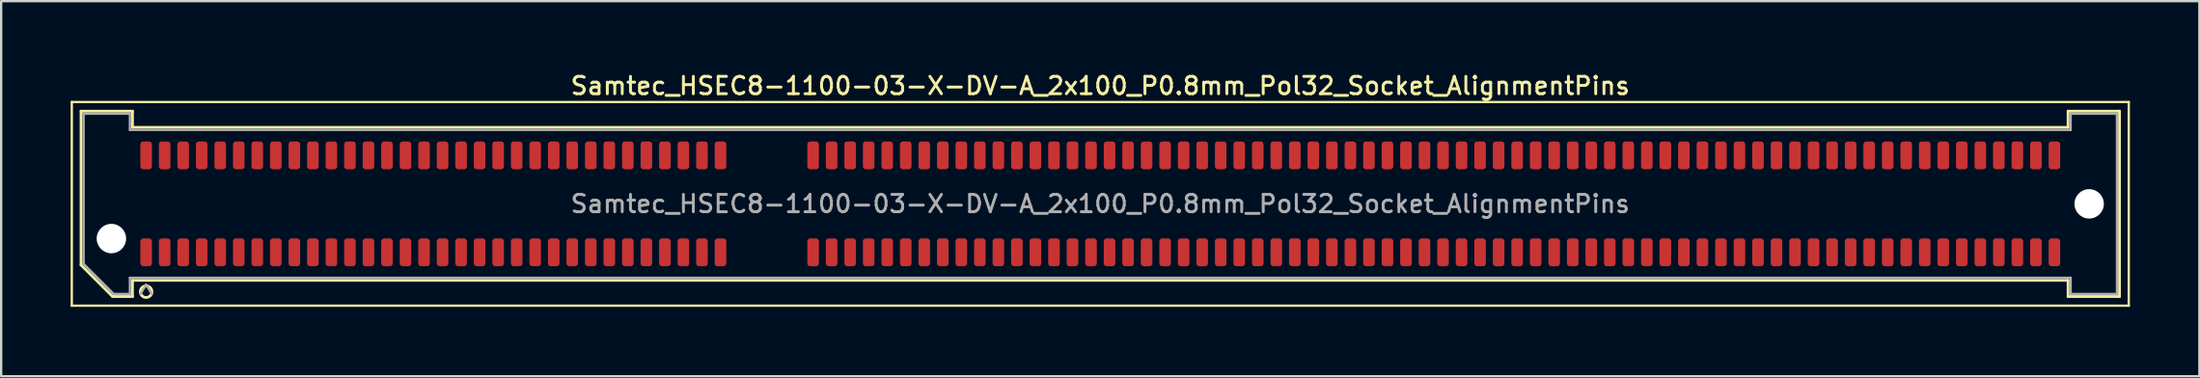
<source format=kicad_pcb>
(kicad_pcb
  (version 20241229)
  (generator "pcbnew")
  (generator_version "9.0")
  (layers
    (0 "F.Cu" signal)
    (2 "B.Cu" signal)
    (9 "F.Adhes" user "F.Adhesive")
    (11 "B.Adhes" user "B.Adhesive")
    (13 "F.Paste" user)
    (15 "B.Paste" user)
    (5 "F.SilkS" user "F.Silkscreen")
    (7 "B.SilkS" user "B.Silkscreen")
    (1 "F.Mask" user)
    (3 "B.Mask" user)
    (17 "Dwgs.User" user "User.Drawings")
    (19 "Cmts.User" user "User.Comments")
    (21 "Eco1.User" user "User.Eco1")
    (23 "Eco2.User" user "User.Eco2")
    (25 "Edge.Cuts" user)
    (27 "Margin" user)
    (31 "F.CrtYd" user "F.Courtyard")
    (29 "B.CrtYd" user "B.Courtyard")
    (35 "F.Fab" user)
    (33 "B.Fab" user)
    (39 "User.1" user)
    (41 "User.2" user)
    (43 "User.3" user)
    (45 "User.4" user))
  (footprint "Samtec_HSEC8-1100-03-X-DV-A_2x100_P0.8mm_Pol32_Socket_AlignmentPins"
    (layer "F.Cu")
    (at 44.46 5.758)
    (property "Reference" "Samtec_HSEC8-1100-03-X-DV-A_2x100_P0.8mm_Pol32_Socket_AlignmentPins" (at 0 -5.1 0) (layer "F.SilkS") (effects (font (size 0.75 0.75) (thickness 0.125))))
    (attr smd)
    (fp_line (start -44.41 -4.4) (end -44.41 4.4) (stroke (width 0.1) (type solid)) (layer "F.SilkS"))
    (fp_line (start -44.41 4.4) (end 44.41 4.4) (stroke (width 0.1) (type solid)) (layer "F.SilkS"))
    (fp_line (start -44.01 -4.005) (end -41.79 -4.005) (stroke (width 0.12) (type solid)) (layer "F.SilkS"))
    (fp_line (start -44.01 2.641) (end -44.01 -4.005) (stroke (width 0.12) (type solid)) (layer "F.SilkS"))
    (fp_line (start -42.646 4.005) (end -44.01 2.641) (stroke (width 0.12) (type solid)) (layer "F.SilkS"))
    (fp_line (start -41.79 -4.005) (end -41.79 -3.305) (stroke (width 0.12) (type solid)) (layer "F.SilkS"))
    (fp_line (start -41.79 -3.305) (end 41.79 -3.305) (stroke (width 0.12) (type solid)) (layer "F.SilkS"))
    (fp_line (start -41.79 3.305) (end -41.79 4.005) (stroke (width 0.12) (type solid)) (layer "F.SilkS"))
    (fp_line (start -41.79 4.005) (end -42.646 4.005) (stroke (width 0.12) (type solid)) (layer "F.SilkS"))
    (fp_line (start 41.79 -4.005) (end 44.01 -4.005) (stroke (width 0.12) (type solid)) (layer "F.SilkS"))
    (fp_line (start 41.79 -3.305) (end 41.79 -4.005) (stroke (width 0.12) (type solid)) (layer "F.SilkS"))
    (fp_line (start 41.79 3.305) (end -41.79 3.305) (stroke (width 0.12) (type solid)) (layer "F.SilkS"))
    (fp_line (start 41.79 4.005) (end 41.79 3.305) (stroke (width 0.12) (type solid)) (layer "F.SilkS"))
    (fp_line (start 44.01 -4.005) (end 44.01 4.005) (stroke (width 0.12) (type solid)) (layer "F.SilkS"))
    (fp_line (start 44.01 4.005) (end 41.79 4.005) (stroke (width 0.12) (type solid)) (layer "F.SilkS"))
    (fp_line (start 44.41 -4.4) (end -44.41 -4.4) (stroke (width 0.1) (type solid)) (layer "F.SilkS"))
    (fp_line (start 44.41 4.4) (end 44.41 -4.4) (stroke (width 0.1) (type solid)) (layer "F.SilkS"))
    (fp_arc (start -40.95 3.795) (mid -41.45 3.795) (end -40.95 3.795) (stroke (width 0.12) (type solid)) (layer "F.SilkS"))
    (fp_line (start -43.9 -3.895) (end -41.9 -3.895) (stroke (width 0.1) (type solid)) (layer "F.Fab"))
    (fp_line (start -43.9 2.595) (end -43.9 -3.895) (stroke (width 0.1) (type solid)) (layer "F.Fab"))
    (fp_line (start -42.6 3.895) (end -43.9 2.595) (stroke (width 0.1) (type solid)) (layer "F.Fab"))
    (fp_line (start -41.9 -3.895) (end -41.9 -3.195) (stroke (width 0.1) (type solid)) (layer "F.Fab"))
    (fp_line (start -41.9 -3.195) (end 41.9 -3.195) (stroke (width 0.1) (type solid)) (layer "F.Fab"))
    (fp_line (start -41.9 3.195) (end -41.9 3.895) (stroke (width 0.1) (type solid)) (layer "F.Fab"))
    (fp_line (start -41.9 3.895) (end -42.6 3.895) (stroke (width 0.1) (type solid)) (layer "F.Fab"))
    (fp_line (start -41.2 3.495) (end -41.45 3.895) (stroke (width 0.1) (type solid)) (layer "F.Fab"))
    (fp_line (start -41.2 3.495) (end -40.95 3.895) (stroke (width 0.1) (type solid)) (layer "F.Fab"))
    (fp_line (start 41.9 -3.895) (end 43.9 -3.895) (stroke (width 0.1) (type solid)) (layer "F.Fab"))
    (fp_line (start 41.9 -3.195) (end 41.9 -3.895) (stroke (width 0.1) (type solid)) (layer "F.Fab"))
    (fp_line (start 41.9 3.195) (end -41.9 3.195) (stroke (width 0.1) (type solid)) (layer "F.Fab"))
    (fp_line (start 41.9 3.895) (end 41.9 3.195) (stroke (width 0.1) (type solid)) (layer "F.Fab"))
    (fp_line (start 43.9 -3.895) (end 43.9 3.895) (stroke (width 0.1) (type solid)) (layer "F.Fab"))
    (fp_line (start 43.9 3.895) (end 41.9 3.895) (stroke (width 0.1) (type solid)) (layer "F.Fab"))
    (fp_text user "${REFERENCE}" (at 0 0 0) (layer "F.Fab") (effects (font (size 0.75 0.75) (thickness 0.125))))
    (pad "" np_thru_hole circle (at -42.7 1.5) (size 1.27 1.27) (drill 1.27) (layers "*.Cu" "*.Mask"))
    (pad "" np_thru_hole circle (at 42.7 0) (size 1.27 1.27) (drill 1.27) (layers "*.Cu" "*.Mask"))
    (pad "1" smd roundrect (at -41.2 2.095) (size 0.5 1.2) (layers "F.Cu" "F.Mask" "F.Paste") (roundrect_rratio 0.25))
    (pad "2" smd roundrect (at -41.2 -2.095) (size 0.5 1.2) (layers "F.Cu" "F.Mask" "F.Paste") (roundrect_rratio 0.25))
    (pad "3" smd roundrect (at -40.4 2.095) (size 0.5 1.2) (layers "F.Cu" "F.Mask" "F.Paste") (roundrect_rratio 0.25))
    (pad "4" smd roundrect (at -40.4 -2.095) (size 0.5 1.2) (layers "F.Cu" "F.Mask" "F.Paste") (roundrect_rratio 0.25))
    (pad "5" smd roundrect (at -39.6 2.095) (size 0.5 1.2) (layers "F.Cu" "F.Mask" "F.Paste") (roundrect_rratio 0.25))
    (pad "6" smd roundrect (at -39.6 -2.095) (size 0.5 1.2) (layers "F.Cu" "F.Mask" "F.Paste") (roundrect_rratio 0.25))
    (pad "7" smd roundrect (at -38.8 2.095) (size 0.5 1.2) (layers "F.Cu" "F.Mask" "F.Paste") (roundrect_rratio 0.25))
    (pad "8" smd roundrect (at -38.8 -2.095) (size 0.5 1.2) (layers "F.Cu" "F.Mask" "F.Paste") (roundrect_rratio 0.25))
    (pad "9" smd roundrect (at -38 2.095) (size 0.5 1.2) (layers "F.Cu" "F.Mask" "F.Paste") (roundrect_rratio 0.25))
    (pad "10" smd roundrect (at -38 -2.095) (size 0.5 1.2) (layers "F.Cu" "F.Mask" "F.Paste") (roundrect_rratio 0.25))
    (pad "11" smd roundrect (at -37.2 2.095) (size 0.5 1.2) (layers "F.Cu" "F.Mask" "F.Paste") (roundrect_rratio 0.25))
    (pad "12" smd roundrect (at -37.2 -2.095) (size 0.5 1.2) (layers "F.Cu" "F.Mask" "F.Paste") (roundrect_rratio 0.25))
    (pad "13" smd roundrect (at -36.4 2.095) (size 0.5 1.2) (layers "F.Cu" "F.Mask" "F.Paste") (roundrect_rratio 0.25))
    (pad "14" smd roundrect (at -36.4 -2.095) (size 0.5 1.2) (layers "F.Cu" "F.Mask" "F.Paste") (roundrect_rratio 0.25))
    (pad "15" smd roundrect (at -35.6 2.095) (size 0.5 1.2) (layers "F.Cu" "F.Mask" "F.Paste") (roundrect_rratio 0.25))
    (pad "16" smd roundrect (at -35.6 -2.095) (size 0.5 1.2) (layers "F.Cu" "F.Mask" "F.Paste") (roundrect_rratio 0.25))
    (pad "17" smd roundrect (at -34.8 2.095) (size 0.5 1.2) (layers "F.Cu" "F.Mask" "F.Paste") (roundrect_rratio 0.25))
    (pad "18" smd roundrect (at -34.8 -2.095) (size 0.5 1.2) (layers "F.Cu" "F.Mask" "F.Paste") (roundrect_rratio 0.25))
    (pad "19" smd roundrect (at -34 2.095) (size 0.5 1.2) (layers "F.Cu" "F.Mask" "F.Paste") (roundrect_rratio 0.25))
    (pad "20" smd roundrect (at -34 -2.095) (size 0.5 1.2) (layers "F.Cu" "F.Mask" "F.Paste") (roundrect_rratio 0.25))
    (pad "21" smd roundrect (at -33.2 2.095) (size 0.5 1.2) (layers "F.Cu" "F.Mask" "F.Paste") (roundrect_rratio 0.25))
    (pad "22" smd roundrect (at -33.2 -2.095) (size 0.5 1.2) (layers "F.Cu" "F.Mask" "F.Paste") (roundrect_rratio 0.25))
    (pad "23" smd roundrect (at -32.4 2.095) (size 0.5 1.2) (layers "F.Cu" "F.Mask" "F.Paste") (roundrect_rratio 0.25))
    (pad "24" smd roundrect (at -32.4 -2.095) (size 0.5 1.2) (layers "F.Cu" "F.Mask" "F.Paste") (roundrect_rratio 0.25))
    (pad "25" smd roundrect (at -31.6 2.095) (size 0.5 1.2) (layers "F.Cu" "F.Mask" "F.Paste") (roundrect_rratio 0.25))
    (pad "26" smd roundrect (at -31.6 -2.095) (size 0.5 1.2) (layers "F.Cu" "F.Mask" "F.Paste") (roundrect_rratio 0.25))
    (pad "27" smd roundrect (at -30.8 2.095) (size 0.5 1.2) (layers "F.Cu" "F.Mask" "F.Paste") (roundrect_rratio 0.25))
    (pad "28" smd roundrect (at -30.8 -2.095) (size 0.5 1.2) (layers "F.Cu" "F.Mask" "F.Paste") (roundrect_rratio 0.25))
    (pad "29" smd roundrect (at -30 2.095) (size 0.5 1.2) (layers "F.Cu" "F.Mask" "F.Paste") (roundrect_rratio 0.25))
    (pad "30" smd roundrect (at -30 -2.095) (size 0.5 1.2) (layers "F.Cu" "F.Mask" "F.Paste") (roundrect_rratio 0.25))
    (pad "31" smd roundrect (at -29.2 2.095) (size 0.5 1.2) (layers "F.Cu" "F.Mask" "F.Paste") (roundrect_rratio 0.25))
    (pad "32" smd roundrect (at -29.2 -2.095) (size 0.5 1.2) (layers "F.Cu" "F.Mask" "F.Paste") (roundrect_rratio 0.25))
    (pad "33" smd roundrect (at -28.4 2.095) (size 0.5 1.2) (layers "F.Cu" "F.Mask" "F.Paste") (roundrect_rratio 0.25))
    (pad "34" smd roundrect (at -28.4 -2.095) (size 0.5 1.2) (layers "F.Cu" "F.Mask" "F.Paste") (roundrect_rratio 0.25))
    (pad "35" smd roundrect (at -27.6 2.095) (size 0.5 1.2) (layers "F.Cu" "F.Mask" "F.Paste") (roundrect_rratio 0.25))
    (pad "36" smd roundrect (at -27.6 -2.095) (size 0.5 1.2) (layers "F.Cu" "F.Mask" "F.Paste") (roundrect_rratio 0.25))
    (pad "37" smd roundrect (at -26.8 2.095) (size 0.5 1.2) (layers "F.Cu" "F.Mask" "F.Paste") (roundrect_rratio 0.25))
    (pad "38" smd roundrect (at -26.8 -2.095) (size 0.5 1.2) (layers "F.Cu" "F.Mask" "F.Paste") (roundrect_rratio 0.25))
    (pad "39" smd roundrect (at -26 2.095) (size 0.5 1.2) (layers "F.Cu" "F.Mask" "F.Paste") (roundrect_rratio 0.25))
    (pad "40" smd roundrect (at -26 -2.095) (size 0.5 1.2) (layers "F.Cu" "F.Mask" "F.Paste") (roundrect_rratio 0.25))
    (pad "41" smd roundrect (at -25.2 2.095) (size 0.5 1.2) (layers "F.Cu" "F.Mask" "F.Paste") (roundrect_rratio 0.25))
    (pad "42" smd roundrect (at -25.2 -2.095) (size 0.5 1.2) (layers "F.Cu" "F.Mask" "F.Paste") (roundrect_rratio 0.25))
    (pad "43" smd roundrect (at -24.4 2.095) (size 0.5 1.2) (layers "F.Cu" "F.Mask" "F.Paste") (roundrect_rratio 0.25))
    (pad "44" smd roundrect (at -24.4 -2.095) (size 0.5 1.2) (layers "F.Cu" "F.Mask" "F.Paste") (roundrect_rratio 0.25))
    (pad "45" smd roundrect (at -23.6 2.095) (size 0.5 1.2) (layers "F.Cu" "F.Mask" "F.Paste") (roundrect_rratio 0.25))
    (pad "46" smd roundrect (at -23.6 -2.095) (size 0.5 1.2) (layers "F.Cu" "F.Mask" "F.Paste") (roundrect_rratio 0.25))
    (pad "47" smd roundrect (at -22.8 2.095) (size 0.5 1.2) (layers "F.Cu" "F.Mask" "F.Paste") (roundrect_rratio 0.25))
    (pad "48" smd roundrect (at -22.8 -2.095) (size 0.5 1.2) (layers "F.Cu" "F.Mask" "F.Paste") (roundrect_rratio 0.25))
    (pad "49" smd roundrect (at -22 2.095) (size 0.5 1.2) (layers "F.Cu" "F.Mask" "F.Paste") (roundrect_rratio 0.25))
    (pad "50" smd roundrect (at -22 -2.095) (size 0.5 1.2) (layers "F.Cu" "F.Mask" "F.Paste") (roundrect_rratio 0.25))
    (pad "51" smd roundrect (at -21.2 2.095) (size 0.5 1.2) (layers "F.Cu" "F.Mask" "F.Paste") (roundrect_rratio 0.25))
    (pad "52" smd roundrect (at -21.2 -2.095) (size 0.5 1.2) (layers "F.Cu" "F.Mask" "F.Paste") (roundrect_rratio 0.25))
    (pad "53" smd roundrect (at -20.4 2.095) (size 0.5 1.2) (layers "F.Cu" "F.Mask" "F.Paste") (roundrect_rratio 0.25))
    (pad "54" smd roundrect (at -20.4 -2.095) (size 0.5 1.2) (layers "F.Cu" "F.Mask" "F.Paste") (roundrect_rratio 0.25))
    (pad "55" smd roundrect (at -19.6 2.095) (size 0.5 1.2) (layers "F.Cu" "F.Mask" "F.Paste") (roundrect_rratio 0.25))
    (pad "56" smd roundrect (at -19.6 -2.095) (size 0.5 1.2) (layers "F.Cu" "F.Mask" "F.Paste") (roundrect_rratio 0.25))
    (pad "57" smd roundrect (at -18.8 2.095) (size 0.5 1.2) (layers "F.Cu" "F.Mask" "F.Paste") (roundrect_rratio 0.25))
    (pad "58" smd roundrect (at -18.8 -2.095) (size 0.5 1.2) (layers "F.Cu" "F.Mask" "F.Paste") (roundrect_rratio 0.25))
    (pad "59" smd roundrect (at -18 2.095) (size 0.5 1.2) (layers "F.Cu" "F.Mask" "F.Paste") (roundrect_rratio 0.25))
    (pad "60" smd roundrect (at -18 -2.095) (size 0.5 1.2) (layers "F.Cu" "F.Mask" "F.Paste") (roundrect_rratio 0.25))
    (pad "61" smd roundrect (at -17.2 2.095) (size 0.5 1.2) (layers "F.Cu" "F.Mask" "F.Paste") (roundrect_rratio 0.25))
    (pad "62" smd roundrect (at -17.2 -2.095) (size 0.5 1.2) (layers "F.Cu" "F.Mask" "F.Paste") (roundrect_rratio 0.25))
    (pad "63" smd roundrect (at -16.4 2.095) (size 0.5 1.2) (layers "F.Cu" "F.Mask" "F.Paste") (roundrect_rratio 0.25))
    (pad "64" smd roundrect (at -16.4 -2.095) (size 0.5 1.2) (layers "F.Cu" "F.Mask" "F.Paste") (roundrect_rratio 0.25))
    (pad "65" smd roundrect (at -12.4 2.095) (size 0.5 1.2) (layers "F.Cu" "F.Mask" "F.Paste") (roundrect_rratio 0.25))
    (pad "66" smd roundrect (at -12.4 -2.095) (size 0.5 1.2) (layers "F.Cu" "F.Mask" "F.Paste") (roundrect_rratio 0.25))
    (pad "67" smd roundrect (at -11.6 2.095) (size 0.5 1.2) (layers "F.Cu" "F.Mask" "F.Paste") (roundrect_rratio 0.25))
    (pad "68" smd roundrect (at -11.6 -2.095) (size 0.5 1.2) (layers "F.Cu" "F.Mask" "F.Paste") (roundrect_rratio 0.25))
    (pad "69" smd roundrect (at -10.8 2.095) (size 0.5 1.2) (layers "F.Cu" "F.Mask" "F.Paste") (roundrect_rratio 0.25))
    (pad "70" smd roundrect (at -10.8 -2.095) (size 0.5 1.2) (layers "F.Cu" "F.Mask" "F.Paste") (roundrect_rratio 0.25))
    (pad "71" smd roundrect (at -10 2.095) (size 0.5 1.2) (layers "F.Cu" "F.Mask" "F.Paste") (roundrect_rratio 0.25))
    (pad "72" smd roundrect (at -10 -2.095) (size 0.5 1.2) (layers "F.Cu" "F.Mask" "F.Paste") (roundrect_rratio 0.25))
    (pad "73" smd roundrect (at -9.2 2.095) (size 0.5 1.2) (layers "F.Cu" "F.Mask" "F.Paste") (roundrect_rratio 0.25))
    (pad "74" smd roundrect (at -9.2 -2.095) (size 0.5 1.2) (layers "F.Cu" "F.Mask" "F.Paste") (roundrect_rratio 0.25))
    (pad "75" smd roundrect (at -8.4 2.095) (size 0.5 1.2) (layers "F.Cu" "F.Mask" "F.Paste") (roundrect_rratio 0.25))
    (pad "76" smd roundrect (at -8.4 -2.095) (size 0.5 1.2) (layers "F.Cu" "F.Mask" "F.Paste") (roundrect_rratio 0.25))
    (pad "77" smd roundrect (at -7.6 2.095) (size 0.5 1.2) (layers "F.Cu" "F.Mask" "F.Paste") (roundrect_rratio 0.25))
    (pad "78" smd roundrect (at -7.6 -2.095) (size 0.5 1.2) (layers "F.Cu" "F.Mask" "F.Paste") (roundrect_rratio 0.25))
    (pad "79" smd roundrect (at -6.8 2.095) (size 0.5 1.2) (layers "F.Cu" "F.Mask" "F.Paste") (roundrect_rratio 0.25))
    (pad "80" smd roundrect (at -6.8 -2.095) (size 0.5 1.2) (layers "F.Cu" "F.Mask" "F.Paste") (roundrect_rratio 0.25))
    (pad "81" smd roundrect (at -6 2.095) (size 0.5 1.2) (layers "F.Cu" "F.Mask" "F.Paste") (roundrect_rratio 0.25))
    (pad "82" smd roundrect (at -6 -2.095) (size 0.5 1.2) (layers "F.Cu" "F.Mask" "F.Paste") (roundrect_rratio 0.25))
    (pad "83" smd roundrect (at -5.2 2.095) (size 0.5 1.2) (layers "F.Cu" "F.Mask" "F.Paste") (roundrect_rratio 0.25))
    (pad "84" smd roundrect (at -5.2 -2.095) (size 0.5 1.2) (layers "F.Cu" "F.Mask" "F.Paste") (roundrect_rratio 0.25))
    (pad "85" smd roundrect (at -4.4 2.095) (size 0.5 1.2) (layers "F.Cu" "F.Mask" "F.Paste") (roundrect_rratio 0.25))
    (pad "86" smd roundrect (at -4.4 -2.095) (size 0.5 1.2) (layers "F.Cu" "F.Mask" "F.Paste") (roundrect_rratio 0.25))
    (pad "87" smd roundrect (at -3.6 2.095) (size 0.5 1.2) (layers "F.Cu" "F.Mask" "F.Paste") (roundrect_rratio 0.25))
    (pad "88" smd roundrect (at -3.6 -2.095) (size 0.5 1.2) (layers "F.Cu" "F.Mask" "F.Paste") (roundrect_rratio 0.25))
    (pad "89" smd roundrect (at -2.8 2.095) (size 0.5 1.2) (layers "F.Cu" "F.Mask" "F.Paste") (roundrect_rratio 0.25))
    (pad "90" smd roundrect (at -2.8 -2.095) (size 0.5 1.2) (layers "F.Cu" "F.Mask" "F.Paste") (roundrect_rratio 0.25))
    (pad "91" smd roundrect (at -2 2.095) (size 0.5 1.2) (layers "F.Cu" "F.Mask" "F.Paste") (roundrect_rratio 0.25))
    (pad "92" smd roundrect (at -2 -2.095) (size 0.5 1.2) (layers "F.Cu" "F.Mask" "F.Paste") (roundrect_rratio 0.25))
    (pad "93" smd roundrect (at -1.2 2.095) (size 0.5 1.2) (layers "F.Cu" "F.Mask" "F.Paste") (roundrect_rratio 0.25))
    (pad "94" smd roundrect (at -1.2 -2.095) (size 0.5 1.2) (layers "F.Cu" "F.Mask" "F.Paste") (roundrect_rratio 0.25))
    (pad "95" smd roundrect (at -0.4 2.095) (size 0.5 1.2) (layers "F.Cu" "F.Mask" "F.Paste") (roundrect_rratio 0.25))
    (pad "96" smd roundrect (at -0.4 -2.095) (size 0.5 1.2) (layers "F.Cu" "F.Mask" "F.Paste") (roundrect_rratio 0.25))
    (pad "97" smd roundrect (at 0.4 2.095) (size 0.5 1.2) (layers "F.Cu" "F.Mask" "F.Paste") (roundrect_rratio 0.25))
    (pad "98" smd roundrect (at 0.4 -2.095) (size 0.5 1.2) (layers "F.Cu" "F.Mask" "F.Paste") (roundrect_rratio 0.25))
    (pad "99" smd roundrect (at 1.2 2.095) (size 0.5 1.2) (layers "F.Cu" "F.Mask" "F.Paste") (roundrect_rratio 0.25))
    (pad "100" smd roundrect (at 1.2 -2.095) (size 0.5 1.2) (layers "F.Cu" "F.Mask" "F.Paste") (roundrect_rratio 0.25))
    (pad "101" smd roundrect (at 2 2.095) (size 0.5 1.2) (layers "F.Cu" "F.Mask" "F.Paste") (roundrect_rratio 0.25))
    (pad "102" smd roundrect (at 2 -2.095) (size 0.5 1.2) (layers "F.Cu" "F.Mask" "F.Paste") (roundrect_rratio 0.25))
    (pad "103" smd roundrect (at 2.8 2.095) (size 0.5 1.2) (layers "F.Cu" "F.Mask" "F.Paste") (roundrect_rratio 0.25))
    (pad "104" smd roundrect (at 2.8 -2.095) (size 0.5 1.2) (layers "F.Cu" "F.Mask" "F.Paste") (roundrect_rratio 0.25))
    (pad "105" smd roundrect (at 3.6 2.095) (size 0.5 1.2) (layers "F.Cu" "F.Mask" "F.Paste") (roundrect_rratio 0.25))
    (pad "106" smd roundrect (at 3.6 -2.095) (size 0.5 1.2) (layers "F.Cu" "F.Mask" "F.Paste") (roundrect_rratio 0.25))
    (pad "107" smd roundrect (at 4.4 2.095) (size 0.5 1.2) (layers "F.Cu" "F.Mask" "F.Paste") (roundrect_rratio 0.25))
    (pad "108" smd roundrect (at 4.4 -2.095) (size 0.5 1.2) (layers "F.Cu" "F.Mask" "F.Paste") (roundrect_rratio 0.25))
    (pad "109" smd roundrect (at 5.2 2.095) (size 0.5 1.2) (layers "F.Cu" "F.Mask" "F.Paste") (roundrect_rratio 0.25))
    (pad "110" smd roundrect (at 5.2 -2.095) (size 0.5 1.2) (layers "F.Cu" "F.Mask" "F.Paste") (roundrect_rratio 0.25))
    (pad "111" smd roundrect (at 6 2.095) (size 0.5 1.2) (layers "F.Cu" "F.Mask" "F.Paste") (roundrect_rratio 0.25))
    (pad "112" smd roundrect (at 6 -2.095) (size 0.5 1.2) (layers "F.Cu" "F.Mask" "F.Paste") (roundrect_rratio 0.25))
    (pad "113" smd roundrect (at 6.8 2.095) (size 0.5 1.2) (layers "F.Cu" "F.Mask" "F.Paste") (roundrect_rratio 0.25))
    (pad "114" smd roundrect (at 6.8 -2.095) (size 0.5 1.2) (layers "F.Cu" "F.Mask" "F.Paste") (roundrect_rratio 0.25))
    (pad "115" smd roundrect (at 7.6 2.095) (size 0.5 1.2) (layers "F.Cu" "F.Mask" "F.Paste") (roundrect_rratio 0.25))
    (pad "116" smd roundrect (at 7.6 -2.095) (size 0.5 1.2) (layers "F.Cu" "F.Mask" "F.Paste") (roundrect_rratio 0.25))
    (pad "117" smd roundrect (at 8.4 2.095) (size 0.5 1.2) (layers "F.Cu" "F.Mask" "F.Paste") (roundrect_rratio 0.25))
    (pad "118" smd roundrect (at 8.4 -2.095) (size 0.5 1.2) (layers "F.Cu" "F.Mask" "F.Paste") (roundrect_rratio 0.25))
    (pad "119" smd roundrect (at 9.2 2.095) (size 0.5 1.2) (layers "F.Cu" "F.Mask" "F.Paste") (roundrect_rratio 0.25))
    (pad "120" smd roundrect (at 9.2 -2.095) (size 0.5 1.2) (layers "F.Cu" "F.Mask" "F.Paste") (roundrect_rratio 0.25))
    (pad "121" smd roundrect (at 10 2.095) (size 0.5 1.2) (layers "F.Cu" "F.Mask" "F.Paste") (roundrect_rratio 0.25))
    (pad "122" smd roundrect (at 10 -2.095) (size 0.5 1.2) (layers "F.Cu" "F.Mask" "F.Paste") (roundrect_rratio 0.25))
    (pad "123" smd roundrect (at 10.8 2.095) (size 0.5 1.2) (layers "F.Cu" "F.Mask" "F.Paste") (roundrect_rratio 0.25))
    (pad "124" smd roundrect (at 10.8 -2.095) (size 0.5 1.2) (layers "F.Cu" "F.Mask" "F.Paste") (roundrect_rratio 0.25))
    (pad "125" smd roundrect (at 11.6 2.095) (size 0.5 1.2) (layers "F.Cu" "F.Mask" "F.Paste") (roundrect_rratio 0.25))
    (pad "126" smd roundrect (at 11.6 -2.095) (size 0.5 1.2) (layers "F.Cu" "F.Mask" "F.Paste") (roundrect_rratio 0.25))
    (pad "127" smd roundrect (at 12.4 2.095) (size 0.5 1.2) (layers "F.Cu" "F.Mask" "F.Paste") (roundrect_rratio 0.25))
    (pad "128" smd roundrect (at 12.4 -2.095) (size 0.5 1.2) (layers "F.Cu" "F.Mask" "F.Paste") (roundrect_rratio 0.25))
    (pad "129" smd roundrect (at 13.2 2.095) (size 0.5 1.2) (layers "F.Cu" "F.Mask" "F.Paste") (roundrect_rratio 0.25))
    (pad "130" smd roundrect (at 13.2 -2.095) (size 0.5 1.2) (layers "F.Cu" "F.Mask" "F.Paste") (roundrect_rratio 0.25))
    (pad "131" smd roundrect (at 14 2.095) (size 0.5 1.2) (layers "F.Cu" "F.Mask" "F.Paste") (roundrect_rratio 0.25))
    (pad "132" smd roundrect (at 14 -2.095) (size 0.5 1.2) (layers "F.Cu" "F.Mask" "F.Paste") (roundrect_rratio 0.25))
    (pad "133" smd roundrect (at 14.8 2.095) (size 0.5 1.2) (layers "F.Cu" "F.Mask" "F.Paste") (roundrect_rratio 0.25))
    (pad "134" smd roundrect (at 14.8 -2.095) (size 0.5 1.2) (layers "F.Cu" "F.Mask" "F.Paste") (roundrect_rratio 0.25))
    (pad "135" smd roundrect (at 15.6 2.095) (size 0.5 1.2) (layers "F.Cu" "F.Mask" "F.Paste") (roundrect_rratio 0.25))
    (pad "136" smd roundrect (at 15.6 -2.095) (size 0.5 1.2) (layers "F.Cu" "F.Mask" "F.Paste") (roundrect_rratio 0.25))
    (pad "137" smd roundrect (at 16.4 2.095) (size 0.5 1.2) (layers "F.Cu" "F.Mask" "F.Paste") (roundrect_rratio 0.25))
    (pad "138" smd roundrect (at 16.4 -2.095) (size 0.5 1.2) (layers "F.Cu" "F.Mask" "F.Paste") (roundrect_rratio 0.25))
    (pad "139" smd roundrect (at 17.2 2.095) (size 0.5 1.2) (layers "F.Cu" "F.Mask" "F.Paste") (roundrect_rratio 0.25))
    (pad "140" smd roundrect (at 17.2 -2.095) (size 0.5 1.2) (layers "F.Cu" "F.Mask" "F.Paste") (roundrect_rratio 0.25))
    (pad "141" smd roundrect (at 18 2.095) (size 0.5 1.2) (layers "F.Cu" "F.Mask" "F.Paste") (roundrect_rratio 0.25))
    (pad "142" smd roundrect (at 18 -2.095) (size 0.5 1.2) (layers "F.Cu" "F.Mask" "F.Paste") (roundrect_rratio 0.25))
    (pad "143" smd roundrect (at 18.8 2.095) (size 0.5 1.2) (layers "F.Cu" "F.Mask" "F.Paste") (roundrect_rratio 0.25))
    (pad "144" smd roundrect (at 18.8 -2.095) (size 0.5 1.2) (layers "F.Cu" "F.Mask" "F.Paste") (roundrect_rratio 0.25))
    (pad "145" smd roundrect (at 19.6 2.095) (size 0.5 1.2) (layers "F.Cu" "F.Mask" "F.Paste") (roundrect_rratio 0.25))
    (pad "146" smd roundrect (at 19.6 -2.095) (size 0.5 1.2) (layers "F.Cu" "F.Mask" "F.Paste") (roundrect_rratio 0.25))
    (pad "147" smd roundrect (at 20.4 2.095) (size 0.5 1.2) (layers "F.Cu" "F.Mask" "F.Paste") (roundrect_rratio 0.25))
    (pad "148" smd roundrect (at 20.4 -2.095) (size 0.5 1.2) (layers "F.Cu" "F.Mask" "F.Paste") (roundrect_rratio 0.25))
    (pad "149" smd roundrect (at 21.2 2.095) (size 0.5 1.2) (layers "F.Cu" "F.Mask" "F.Paste") (roundrect_rratio 0.25))
    (pad "150" smd roundrect (at 21.2 -2.095) (size 0.5 1.2) (layers "F.Cu" "F.Mask" "F.Paste") (roundrect_rratio 0.25))
    (pad "151" smd roundrect (at 22 2.095) (size 0.5 1.2) (layers "F.Cu" "F.Mask" "F.Paste") (roundrect_rratio 0.25))
    (pad "152" smd roundrect (at 22 -2.095) (size 0.5 1.2) (layers "F.Cu" "F.Mask" "F.Paste") (roundrect_rratio 0.25))
    (pad "153" smd roundrect (at 22.8 2.095) (size 0.5 1.2) (layers "F.Cu" "F.Mask" "F.Paste") (roundrect_rratio 0.25))
    (pad "154" smd roundrect (at 22.8 -2.095) (size 0.5 1.2) (layers "F.Cu" "F.Mask" "F.Paste") (roundrect_rratio 0.25))
    (pad "155" smd roundrect (at 23.6 2.095) (size 0.5 1.2) (layers "F.Cu" "F.Mask" "F.Paste") (roundrect_rratio 0.25))
    (pad "156" smd roundrect (at 23.6 -2.095) (size 0.5 1.2) (layers "F.Cu" "F.Mask" "F.Paste") (roundrect_rratio 0.25))
    (pad "157" smd roundrect (at 24.4 2.095) (size 0.5 1.2) (layers "F.Cu" "F.Mask" "F.Paste") (roundrect_rratio 0.25))
    (pad "158" smd roundrect (at 24.4 -2.095) (size 0.5 1.2) (layers "F.Cu" "F.Mask" "F.Paste") (roundrect_rratio 0.25))
    (pad "159" smd roundrect (at 25.2 2.095) (size 0.5 1.2) (layers "F.Cu" "F.Mask" "F.Paste") (roundrect_rratio 0.25))
    (pad "160" smd roundrect (at 25.2 -2.095) (size 0.5 1.2) (layers "F.Cu" "F.Mask" "F.Paste") (roundrect_rratio 0.25))
    (pad "161" smd roundrect (at 26 2.095) (size 0.5 1.2) (layers "F.Cu" "F.Mask" "F.Paste") (roundrect_rratio 0.25))
    (pad "162" smd roundrect (at 26 -2.095) (size 0.5 1.2) (layers "F.Cu" "F.Mask" "F.Paste") (roundrect_rratio 0.25))
    (pad "163" smd roundrect (at 26.8 2.095) (size 0.5 1.2) (layers "F.Cu" "F.Mask" "F.Paste") (roundrect_rratio 0.25))
    (pad "164" smd roundrect (at 26.8 -2.095) (size 0.5 1.2) (layers "F.Cu" "F.Mask" "F.Paste") (roundrect_rratio 0.25))
    (pad "165" smd roundrect (at 27.6 2.095) (size 0.5 1.2) (layers "F.Cu" "F.Mask" "F.Paste") (roundrect_rratio 0.25))
    (pad "166" smd roundrect (at 27.6 -2.095) (size 0.5 1.2) (layers "F.Cu" "F.Mask" "F.Paste") (roundrect_rratio 0.25))
    (pad "167" smd roundrect (at 28.4 2.095) (size 0.5 1.2) (layers "F.Cu" "F.Mask" "F.Paste") (roundrect_rratio 0.25))
    (pad "168" smd roundrect (at 28.4 -2.095) (size 0.5 1.2) (layers "F.Cu" "F.Mask" "F.Paste") (roundrect_rratio 0.25))
    (pad "169" smd roundrect (at 29.2 2.095) (size 0.5 1.2) (layers "F.Cu" "F.Mask" "F.Paste") (roundrect_rratio 0.25))
    (pad "170" smd roundrect (at 29.2 -2.095) (size 0.5 1.2) (layers "F.Cu" "F.Mask" "F.Paste") (roundrect_rratio 0.25))
    (pad "171" smd roundrect (at 30 2.095) (size 0.5 1.2) (layers "F.Cu" "F.Mask" "F.Paste") (roundrect_rratio 0.25))
    (pad "172" smd roundrect (at 30 -2.095) (size 0.5 1.2) (layers "F.Cu" "F.Mask" "F.Paste") (roundrect_rratio 0.25))
    (pad "173" smd roundrect (at 30.8 2.095) (size 0.5 1.2) (layers "F.Cu" "F.Mask" "F.Paste") (roundrect_rratio 0.25))
    (pad "174" smd roundrect (at 30.8 -2.095) (size 0.5 1.2) (layers "F.Cu" "F.Mask" "F.Paste") (roundrect_rratio 0.25))
    (pad "175" smd roundrect (at 31.6 2.095) (size 0.5 1.2) (layers "F.Cu" "F.Mask" "F.Paste") (roundrect_rratio 0.25))
    (pad "176" smd roundrect (at 31.6 -2.095) (size 0.5 1.2) (layers "F.Cu" "F.Mask" "F.Paste") (roundrect_rratio 0.25))
    (pad "177" smd roundrect (at 32.4 2.095) (size 0.5 1.2) (layers "F.Cu" "F.Mask" "F.Paste") (roundrect_rratio 0.25))
    (pad "178" smd roundrect (at 32.4 -2.095) (size 0.5 1.2) (layers "F.Cu" "F.Mask" "F.Paste") (roundrect_rratio 0.25))
    (pad "179" smd roundrect (at 33.2 2.095) (size 0.5 1.2) (layers "F.Cu" "F.Mask" "F.Paste") (roundrect_rratio 0.25))
    (pad "180" smd roundrect (at 33.2 -2.095) (size 0.5 1.2) (layers "F.Cu" "F.Mask" "F.Paste") (roundrect_rratio 0.25))
    (pad "181" smd roundrect (at 34 2.095) (size 0.5 1.2) (layers "F.Cu" "F.Mask" "F.Paste") (roundrect_rratio 0.25))
    (pad "182" smd roundrect (at 34 -2.095) (size 0.5 1.2) (layers "F.Cu" "F.Mask" "F.Paste") (roundrect_rratio 0.25))
    (pad "183" smd roundrect (at 34.8 2.095) (size 0.5 1.2) (layers "F.Cu" "F.Mask" "F.Paste") (roundrect_rratio 0.25))
    (pad "184" smd roundrect (at 34.8 -2.095) (size 0.5 1.2) (layers "F.Cu" "F.Mask" "F.Paste") (roundrect_rratio 0.25))
    (pad "185" smd roundrect (at 35.6 2.095) (size 0.5 1.2) (layers "F.Cu" "F.Mask" "F.Paste") (roundrect_rratio 0.25))
    (pad "186" smd roundrect (at 35.6 -2.095) (size 0.5 1.2) (layers "F.Cu" "F.Mask" "F.Paste") (roundrect_rratio 0.25))
    (pad "187" smd roundrect (at 36.4 2.095) (size 0.5 1.2) (layers "F.Cu" "F.Mask" "F.Paste") (roundrect_rratio 0.25))
    (pad "188" smd roundrect (at 36.4 -2.095) (size 0.5 1.2) (layers "F.Cu" "F.Mask" "F.Paste") (roundrect_rratio 0.25))
    (pad "189" smd roundrect (at 37.2 2.095) (size 0.5 1.2) (layers "F.Cu" "F.Mask" "F.Paste") (roundrect_rratio 0.25))
    (pad "190" smd roundrect (at 37.2 -2.095) (size 0.5 1.2) (layers "F.Cu" "F.Mask" "F.Paste") (roundrect_rratio 0.25))
    (pad "191" smd roundrect (at 38 2.095) (size 0.5 1.2) (layers "F.Cu" "F.Mask" "F.Paste") (roundrect_rratio 0.25))
    (pad "192" smd roundrect (at 38 -2.095) (size 0.5 1.2) (layers "F.Cu" "F.Mask" "F.Paste") (roundrect_rratio 0.25))
    (pad "193" smd roundrect (at 38.8 2.095) (size 0.5 1.2) (layers "F.Cu" "F.Mask" "F.Paste") (roundrect_rratio 0.25))
    (pad "194" smd roundrect (at 38.8 -2.095) (size 0.5 1.2) (layers "F.Cu" "F.Mask" "F.Paste") (roundrect_rratio 0.25))
    (pad "195" smd roundrect (at 39.6 2.095) (size 0.5 1.2) (layers "F.Cu" "F.Mask" "F.Paste") (roundrect_rratio 0.25))
    (pad "196" smd roundrect (at 39.6 -2.095) (size 0.5 1.2) (layers "F.Cu" "F.Mask" "F.Paste") (roundrect_rratio 0.25))
    (pad "197" smd roundrect (at 40.4 2.095) (size 0.5 1.2) (layers "F.Cu" "F.Mask" "F.Paste") (roundrect_rratio 0.25))
    (pad "198" smd roundrect (at 40.4 -2.095) (size 0.5 1.2) (layers "F.Cu" "F.Mask" "F.Paste") (roundrect_rratio 0.25))
    (pad "199" smd roundrect (at 41.2 2.095) (size 0.5 1.2) (layers "F.Cu" "F.Mask" "F.Paste") (roundrect_rratio 0.25))
    (pad "200" smd roundrect (at 41.2 -2.095) (size 0.5 1.2) (layers "F.Cu" "F.Mask" "F.Paste") (roundrect_rratio 0.25)))
  (gr_rect
    (start -3 -3)
    (end 91.92 13.208)
    (stroke (width 0.1) (type default))
    (fill no)
    (layer "Edge.Cuts")))
</source>
